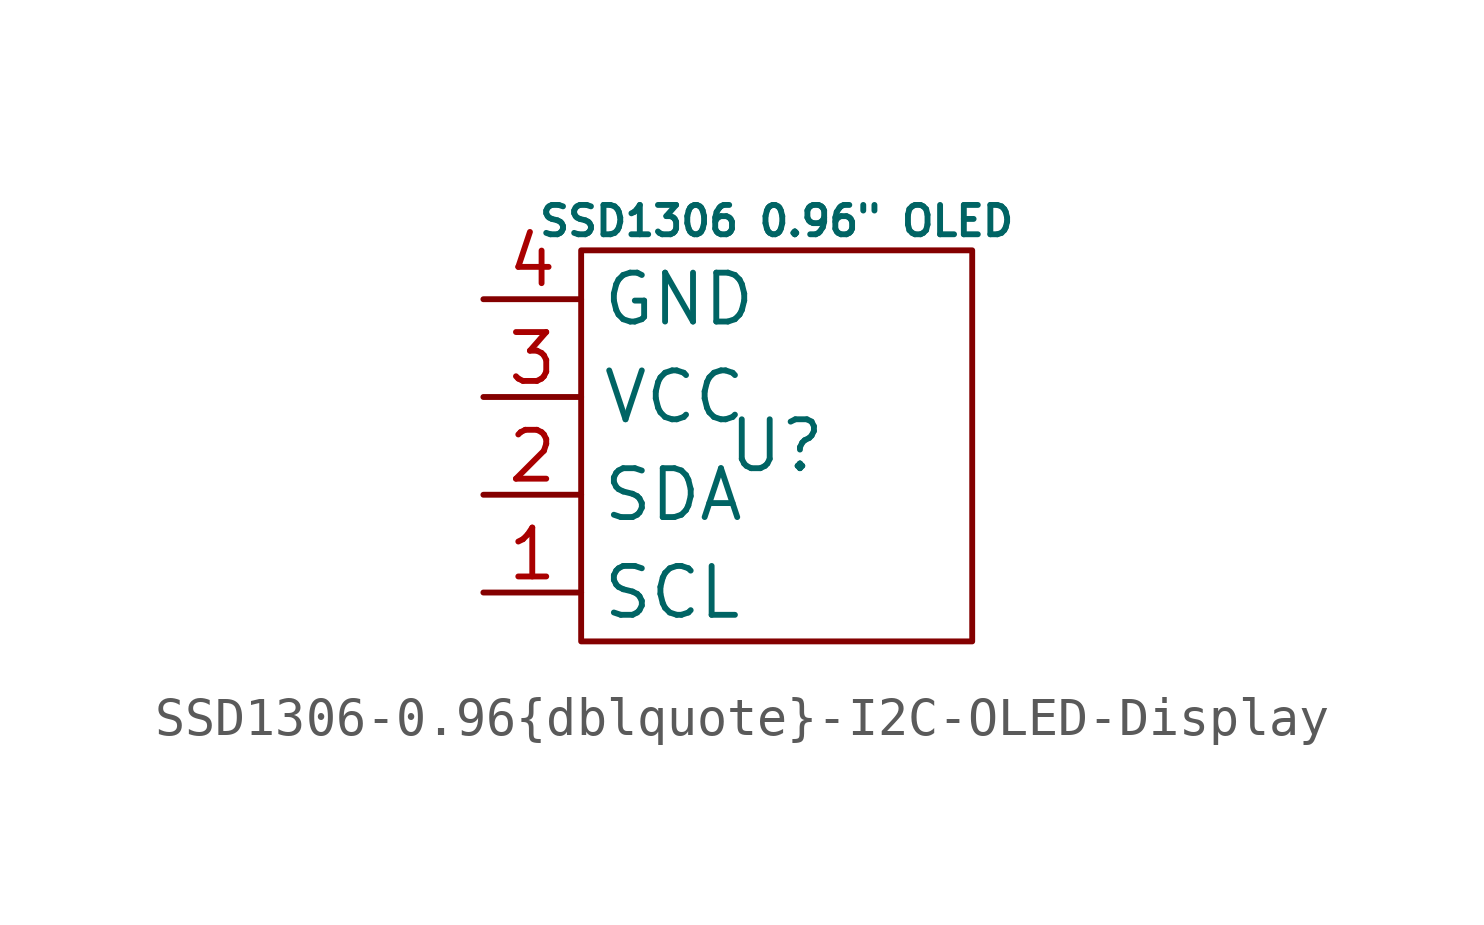
<source format=kicad_sym>
(kicad_symbol_lib
  (version 20241209)
  (generator "kicad_symbol_editor")
  (generator_version "9.0")
  (symbol "SSD1306-0.96{dblquote}-I2C-OLED-Display"
    (property "Reference" "U"
      (at 0 0 0)
      (effects (font (size 1.27 1.27))))
    (property "Value" "SSD1306 0.96\" OLED"
      (at 0 5.842 0)
      (effects (font (size 0.762 0.762))))
    (symbol "SSD1306-0.96{dblquote}-I2C-OLED-Display_0_1"
      (rectangle (start -5.08 5.08) (end 5.08 -5.08) (stroke (width 0) (type default)) (fill (type none))))
    (symbol "SSD1306-0.96{dblquote}-I2C-OLED-Display_1_1"
      (pin power_in line (at -7.62 3.81 0) (length 2.54) (name "GND" (effects (font (size 1.27 1.27)))) (number "4" (effects (font (size 1.27 1.27)))))
      (pin power_in line (at -7.62 1.27 0) (length 2.54) (name "VCC" (effects (font (size 1.27 1.27)))) (number "3" (effects (font (size 1.27 1.27)))))
      (pin input line (at -7.62 -1.27 0) (length 2.54) (name "SDA" (effects (font (size 1.27 1.27)))) (number "2" (effects (font (size 1.27 1.27)))))
      (pin input line (at -7.62 -3.81 0) (length 2.54) (name "SCL" (effects (font (size 1.27 1.27)))) (number "1" (effects (font (size 1.27 1.27))))))))
</source>
